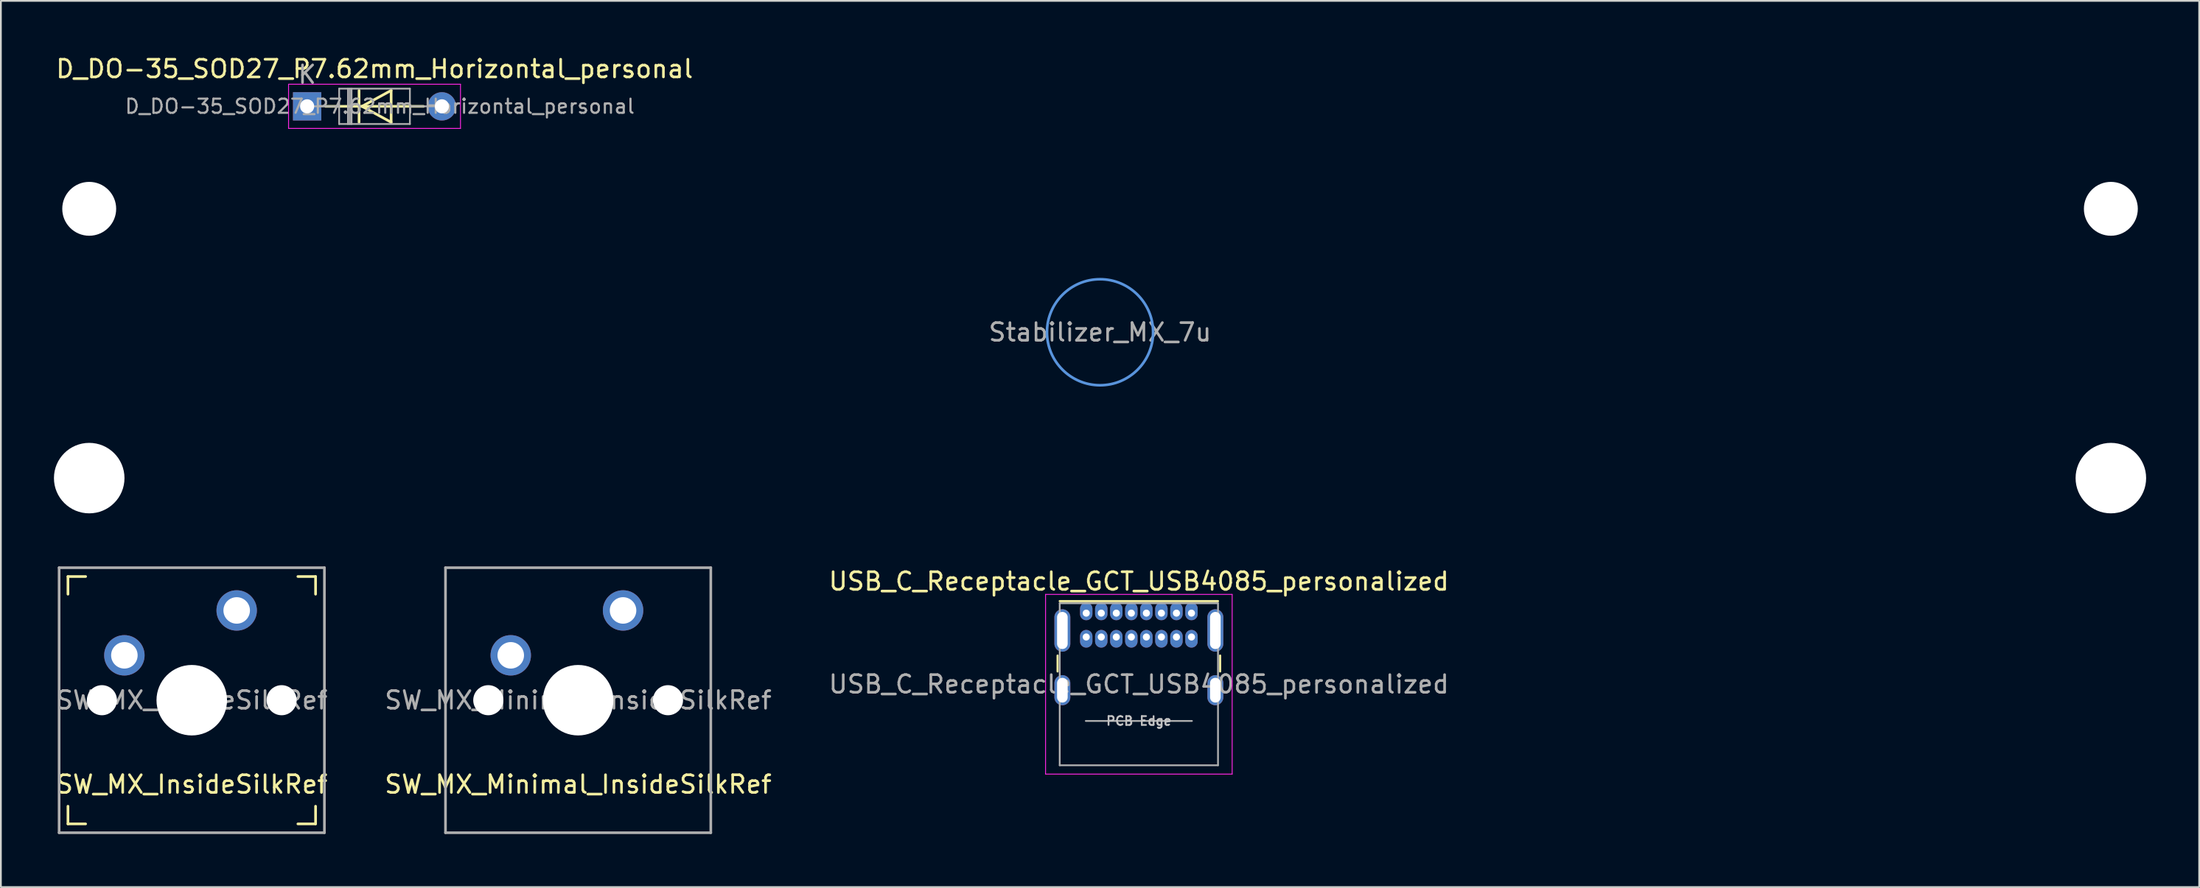
<source format=kicad_pcb>
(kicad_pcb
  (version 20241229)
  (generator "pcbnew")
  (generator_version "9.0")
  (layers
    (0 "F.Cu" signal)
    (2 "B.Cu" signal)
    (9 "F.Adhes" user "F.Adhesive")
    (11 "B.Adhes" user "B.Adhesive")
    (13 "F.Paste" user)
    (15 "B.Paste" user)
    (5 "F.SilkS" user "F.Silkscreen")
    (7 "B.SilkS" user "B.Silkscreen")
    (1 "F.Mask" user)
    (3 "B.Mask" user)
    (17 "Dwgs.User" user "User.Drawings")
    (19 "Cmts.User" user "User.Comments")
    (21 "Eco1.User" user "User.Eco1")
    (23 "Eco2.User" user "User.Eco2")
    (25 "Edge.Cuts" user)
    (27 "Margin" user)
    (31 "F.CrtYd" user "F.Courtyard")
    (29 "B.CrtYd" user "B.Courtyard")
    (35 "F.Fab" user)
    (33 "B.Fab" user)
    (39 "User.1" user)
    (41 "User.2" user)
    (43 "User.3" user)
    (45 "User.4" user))
  (footprint "USB_C_Receptacle_GCT_USB4085_personalized"
    (layer "F.Cu")
    (at 58.364 31.649)
    (property "Reference" "USB_C_Receptacle_GCT_USB4085_personalized" (at 2.975 -1.8 0) (layer "F.SilkS") (effects (font (size 1 1) (thickness 0.15))))
    (attr through_hole)
    (fp_line (start -1.62 2.4) (end -1.62 3.3) (stroke (width 0.12) (type solid)) (layer "F.SilkS"))
    (fp_line (start -1.5 -0.68) (end 7.45 -0.68) (stroke (width 0.12) (type solid)) (layer "F.SilkS"))
    (fp_line (start 7.57 2.4) (end 7.57 3.3) (stroke (width 0.12) (type solid)) (layer "F.SilkS"))
    (fp_line (start -2.3 -1.06) (end -2.3 9.11) (stroke (width 0.05) (type solid)) (layer "F.CrtYd"))
    (fp_line (start -2.3 -1.06) (end 8.25 -1.06) (stroke (width 0.05) (type solid)) (layer "F.CrtYd"))
    (fp_line (start -2.3 9.11) (end 8.25 9.11) (stroke (width 0.05) (type solid)) (layer "F.CrtYd"))
    (fp_line (start 8.25 -1.06) (end 8.25 9.11) (stroke (width 0.05) (type solid)) (layer "F.CrtYd"))
    (fp_line (start -1.5 -0.56) (end -1.5 8.61) (stroke (width 0.1) (type solid)) (layer "F.Fab"))
    (fp_line (start -1.5 -0.56) (end 7.45 -0.56) (stroke (width 0.1) (type solid)) (layer "F.Fab"))
    (fp_line (start -1.5 8.61) (end 7.45 8.61) (stroke (width 0.1) (type solid)) (layer "F.Fab"))
    (fp_line (start -0.025 6.1) (end 5.975 6.1) (stroke (width 0.1) (type solid)) (layer "F.Fab"))
    (fp_line (start 7.45 -0.56) (end 7.45 8.61) (stroke (width 0.1) (type solid)) (layer "F.Fab"))
    (fp_text user "PCB Edge" (at 2.975 6.1 0) (layer "Dwgs.User") (effects (font (size 0.5 0.5) (thickness 0.1))))
    (fp_text user "${REFERENCE}" (at 2.975 4.025 0) (layer "F.Fab") (effects (font (size 1 1) (thickness 0.15))))
    (pad "A1" thru_hole oval (at 0 0) (size 0.7 1) (drill 0.4 (offset 0 -0.1)) (layers "*.Cu" "*.Mask"))
    (pad "A4" thru_hole oval (at 0.85 0) (size 0.7 1) (drill 0.4 (offset 0 -0.1)) (layers "*.Cu" "*.Mask"))
    (pad "A5" thru_hole oval (at 1.7 0) (size 0.7 1) (drill 0.4 (offset 0 -0.1)) (layers "*.Cu" "*.Mask"))
    (pad "A6" thru_hole oval (at 2.55 0) (size 0.7 1) (drill 0.4 (offset 0 -0.1)) (layers "*.Cu" "*.Mask"))
    (pad "A7" thru_hole oval (at 3.4 0) (size 0.7 1) (drill 0.4 (offset 0 -0.1)) (layers "*.Cu" "*.Mask"))
    (pad "A8" thru_hole oval (at 4.25 0) (size 0.7 1) (drill 0.4 (offset 0 -0.1)) (layers "*.Cu" "*.Mask"))
    (pad "A9" thru_hole oval (at 5.1 0) (size 0.7 1) (drill 0.4 (offset 0 -0.1)) (layers "*.Cu" "*.Mask"))
    (pad "A12" thru_hole oval (at 5.95 0) (size 0.7 1) (drill 0.4 (offset 0 -0.1)) (layers "*.Cu" "*.Mask"))
    (pad "B1" thru_hole oval (at 5.95 1.35) (size 0.7 1) (drill 0.4 (offset 0 0.1)) (layers "*.Cu" "*.Mask"))
    (pad "B4" thru_hole oval (at 5.1 1.35) (size 0.7 1) (drill 0.4 (offset 0 0.1)) (layers "*.Cu" "*.Mask"))
    (pad "B5" thru_hole oval (at 4.25 1.35) (size 0.7 1) (drill 0.4 (offset 0 0.1)) (layers "*.Cu" "*.Mask"))
    (pad "B6" thru_hole oval (at 3.4 1.35) (size 0.7 1) (drill 0.4 (offset 0 0.1)) (layers "*.Cu" "*.Mask"))
    (pad "B7" thru_hole oval (at 2.55 1.35) (size 0.7 1) (drill 0.4 (offset 0 0.1)) (layers "*.Cu" "*.Mask"))
    (pad "B8" thru_hole oval (at 1.7 1.35) (size 0.7 1) (drill 0.4 (offset 0 0.1)) (layers "*.Cu" "*.Mask"))
    (pad "B9" thru_hole oval (at 0.85 1.35) (size 0.7 1) (drill 0.4 (offset 0 0.1)) (layers "*.Cu" "*.Mask"))
    (pad "B12" thru_hole oval (at 0 1.35) (size 0.7 1) (drill 0.4 (offset 0 0.1)) (layers "*.Cu" "*.Mask"))
    (pad "S1" thru_hole oval (at -1.35 0.98) (size 0.9 2.4) (drill oval 0.6 2.1) (layers "*.Cu" "*.Mask"))
    (pad "S1" thru_hole oval (at -1.35 4.36) (size 0.9 1.7) (drill oval 0.6 1.4) (layers "*.Cu" "*.Mask"))
    (pad "S1" thru_hole oval (at 7.3 0.98) (size 0.9 2.4) (drill oval 0.6 2.1) (layers "*.Cu" "*.Mask"))
    (pad "S1" thru_hole oval (at 7.3 4.36) (size 0.9 1.7) (drill oval 0.6 1.4) (layers "*.Cu" "*.Mask")))
  (footprint "SW_MX_Minimal_InsideSilkRef"
    (layer "F.Cu")
    (at 29.637 36.576)
    (property "Reference" "SW_MX_Minimal_InsideSilkRef" (at 0 4.763 0) (layer "F.SilkS") (effects (font (size 1 1) (thickness 0.15))))
    (attr through_hole)
    (fp_line (start -6.9 6.9) (end -6.9 -6.9) (stroke (width 0.15) (type solid)) (layer "Eco2.User"))
    (fp_line (start -6.9 6.9) (end 6.9 6.9) (stroke (width 0.15) (type solid)) (layer "Eco2.User"))
    (fp_line (start 6.9 -6.9) (end -6.9 -6.9) (stroke (width 0.15) (type solid)) (layer "Eco2.User"))
    (fp_line (start 6.9 -6.9) (end 6.9 6.9) (stroke (width 0.15) (type solid)) (layer "Eco2.User"))
    (fp_line (start -7.5 -7.5) (end 7.5 -7.5) (stroke (width 0.15) (type solid)) (layer "F.Fab"))
    (fp_line (start -7.5 7.5) (end -7.5 -7.5) (stroke (width 0.15) (type solid)) (layer "F.Fab"))
    (fp_line (start 7.5 -7.5) (end 7.5 7.5) (stroke (width 0.15) (type solid)) (layer "F.Fab"))
    (fp_line (start 7.5 7.5) (end -7.5 7.5) (stroke (width 0.15) (type solid)) (layer "F.Fab"))
    (fp_text user "${REFERENCE}" (at 0 0 0) (layer "F.Fab") (effects (font (size 1 1) (thickness 0.15))))
    (pad "" np_thru_hole circle (at -5.08 0) (size 1.702 1.702) (drill 1.702) (layers "*.Cu" "*.Mask"))
    (pad "" np_thru_hole circle (at 0 0) (size 3.988 3.988) (drill 3.988) (layers "*.Cu" "*.Mask"))
    (pad "" np_thru_hole circle (at 5.08 0) (size 1.702 1.702) (drill 1.702) (layers "*.Cu" "*.Mask"))
    (pad "1" thru_hole circle (at 2.54 -5.08) (size 2.286 2.286) (drill 1.499) (layers "*.Cu" "*.Mask"))
    (pad "2" thru_hole circle (at -3.81 -2.54) (size 2.286 2.286) (drill 1.499) (layers "*.Cu" "*.Mask")))
  (footprint "SW_MX_InsideSilkRef"
    (layer "F.Cu")
    (at 7.792 36.576)
    (property "Reference" "SW_MX_InsideSilkRef" (at 0 4.763 0) (layer "F.SilkS") (effects (font (size 1 1) (thickness 0.15))))
    (attr through_hole)
    (fp_line (start -7 -6) (end -7 -7) (stroke (width 0.15) (type solid)) (layer "F.SilkS"))
    (fp_line (start -7 7) (end -7 6) (stroke (width 0.15) (type solid)) (layer "F.SilkS"))
    (fp_line (start -7 7) (end -6 7) (stroke (width 0.15) (type solid)) (layer "F.SilkS"))
    (fp_line (start -6 -7) (end -7 -7) (stroke (width 0.15) (type solid)) (layer "F.SilkS"))
    (fp_line (start 6 7) (end 7 7) (stroke (width 0.15) (type solid)) (layer "F.SilkS"))
    (fp_line (start 7 -7) (end 6 -7) (stroke (width 0.15) (type solid)) (layer "F.SilkS"))
    (fp_line (start 7 -7) (end 7 -6) (stroke (width 0.15) (type solid)) (layer "F.SilkS"))
    (fp_line (start 7 6) (end 7 7) (stroke (width 0.15) (type solid)) (layer "F.SilkS"))
    (fp_line (start -6.9 6.9) (end -6.9 -6.9) (stroke (width 0.15) (type solid)) (layer "Eco2.User"))
    (fp_line (start -6.9 6.9) (end 6.9 6.9) (stroke (width 0.15) (type solid)) (layer "Eco2.User"))
    (fp_line (start 6.9 -6.9) (end -6.9 -6.9) (stroke (width 0.15) (type solid)) (layer "Eco2.User"))
    (fp_line (start 6.9 -6.9) (end 6.9 6.9) (stroke (width 0.15) (type solid)) (layer "Eco2.User"))
    (fp_line (start -7.5 -7.5) (end 7.5 -7.5) (stroke (width 0.15) (type solid)) (layer "F.Fab"))
    (fp_line (start -7.5 7.5) (end -7.5 -7.5) (stroke (width 0.15) (type solid)) (layer "F.Fab"))
    (fp_line (start 7.5 -7.5) (end 7.5 7.5) (stroke (width 0.15) (type solid)) (layer "F.Fab"))
    (fp_line (start 7.5 7.5) (end -7.5 7.5) (stroke (width 0.15) (type solid)) (layer "F.Fab"))
    (fp_text user "${REFERENCE}" (at 0 0 0) (layer "F.Fab") (effects (font (size 1 1) (thickness 0.15))))
    (pad "" np_thru_hole circle (at -5.08 0) (size 1.702 1.702) (drill 1.702) (layers "*.Cu" "*.Mask"))
    (pad "" np_thru_hole circle (at 0 0) (size 3.988 3.988) (drill 3.988) (layers "*.Cu" "*.Mask"))
    (pad "" np_thru_hole circle (at 5.08 0) (size 1.702 1.702) (drill 1.702) (layers "*.Cu" "*.Mask"))
    (pad "1" thru_hole circle (at 2.54 -5.08) (size 2.286 2.286) (drill 1.499) (layers "*.Cu" "*.Mask"))
    (pad "2" thru_hole circle (at -3.81 -2.54) (size 2.286 2.286) (drill 1.499) (layers "*.Cu" "*.Mask")))
  (footprint "Stabilizer_MX_7u"
    (layer "F.Cu")
    (at 59.144 15.752)
    (property "Reference" "Stabilizer_MX_7u" (at 0 0 180) (layer "F.Fab") (effects (font (size 1 1) (thickness 0.15))))
    (attr through_hole)
    (fp_circle (center 0 0) (end 3 0) (stroke (width 0.15) (type solid)) (fill no) (layer "Cmts.User"))
    (pad "" np_thru_hole circle (at -57.15 -6.985) (size 3.048 3.048) (drill 3.048) (layers "*.Cu" "*.Mask"))
    (pad "" np_thru_hole circle (at -57.15 8.255) (size 3.988 3.988) (drill 3.988) (layers "*.Cu" "*.Mask"))
    (pad "" np_thru_hole circle (at 57.15 -6.985) (size 3.048 3.048) (drill 3.048) (layers "*.Cu" "*.Mask"))
    (pad "" np_thru_hole circle (at 57.15 8.255) (size 3.988 3.988) (drill 3.988) (layers "*.Cu" "*.Mask")))
  (footprint "D_DO-35_SOD27_P7.62mm_Horizontal_personal"
    (layer "F.Cu")
    (at 14.315 2.968)
    (property "Reference" "D_DO-35_SOD27_P7.62mm_Horizontal_personal" (at 3.81 -2.12 0) (layer "F.SilkS") (effects (font (size 1 1) (thickness 0.15))))
    (attr through_hole)
    (fp_line (start 1.04 0) (end 6.58 0) (stroke (width 0.15) (type solid)) (layer "F.SilkS"))
    (fp_line (start 2.935 -0.9) (end 2.935 0.9) (stroke (width 0.15) (type solid)) (layer "F.SilkS"))
    (fp_line (start 4.75 -0.9) (end 3.1 0) (stroke (width 0.15) (type solid)) (layer "F.SilkS"))
    (fp_line (start 4.75 0.9) (end 3.1 0) (stroke (width 0.15) (type solid)) (layer "F.SilkS"))
    (fp_line (start 4.75 0.9) (end 4.75 -0.9) (stroke (width 0.15) (type solid)) (layer "F.SilkS"))
    (fp_line (start -1.05 -1.25) (end -1.05 1.25) (stroke (width 0.05) (type solid)) (layer "F.CrtYd"))
    (fp_line (start -1.05 1.25) (end 8.67 1.25) (stroke (width 0.05) (type solid)) (layer "F.CrtYd"))
    (fp_line (start 8.67 -1.25) (end -1.05 -1.25) (stroke (width 0.05) (type solid)) (layer "F.CrtYd"))
    (fp_line (start 8.67 1.25) (end 8.67 -1.25) (stroke (width 0.05) (type solid)) (layer "F.CrtYd"))
    (fp_line (start 0 0) (end 1.81 0) (stroke (width 0.1) (type solid)) (layer "F.Fab"))
    (fp_line (start 1.81 -1) (end 1.81 1) (stroke (width 0.1) (type solid)) (layer "F.Fab"))
    (fp_line (start 1.81 1) (end 5.81 1) (stroke (width 0.1) (type solid)) (layer "F.Fab"))
    (fp_line (start 2.31 -1) (end 2.31 1) (stroke (width 0.1) (type solid)) (layer "F.Fab"))
    (fp_line (start 2.41 -1) (end 2.41 1) (stroke (width 0.1) (type solid)) (layer "F.Fab"))
    (fp_line (start 2.51 -1) (end 2.51 1) (stroke (width 0.1) (type solid)) (layer "F.Fab"))
    (fp_line (start 5.81 -1) (end 1.81 -1) (stroke (width 0.1) (type solid)) (layer "F.Fab"))
    (fp_line (start 5.81 1) (end 5.81 -1) (stroke (width 0.1) (type solid)) (layer "F.Fab"))
    (fp_line (start 7.62 0) (end 5.81 0) (stroke (width 0.1) (type solid)) (layer "F.Fab"))
    (fp_text user "${REFERENCE}" (at 4.11 0 0) (layer "F.Fab") (effects (font (size 0.8 0.8) (thickness 0.12))))
    (fp_text user "K" (at 0 -1.8 0) (layer "F.Fab") (effects (font (size 1 1) (thickness 0.15))))
    (pad "1" thru_hole rect (at 0 0) (size 1.6 1.6) (drill 0.8) (layers "*.Cu" "*.Mask"))
    (pad "2" thru_hole oval (at 7.62 0) (size 1.6 1.6) (drill 0.8) (layers "*.Cu" "*.Mask")))
  (gr_rect
    (start -3 -3)
    (end 121.288 47.151)
    (stroke (width 0.1) (type default))
    (fill no)
    (layer "Edge.Cuts")))
</source>
